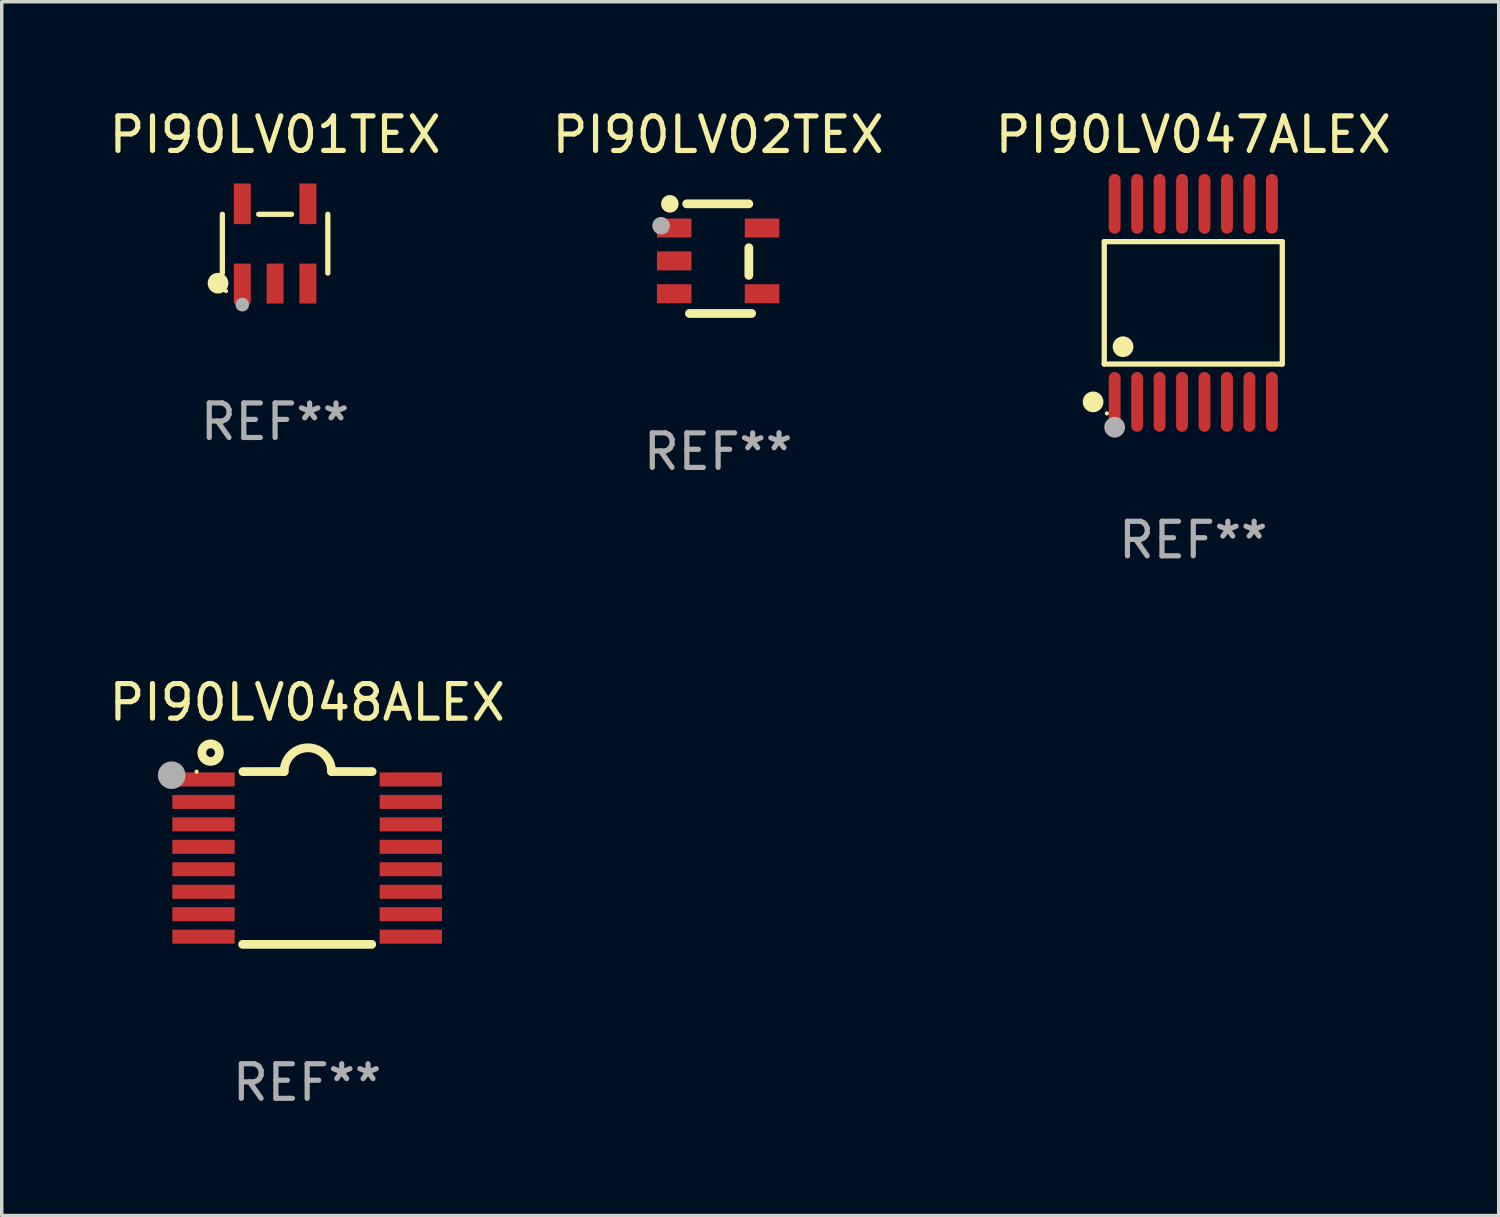
<source format=kicad_pcb>
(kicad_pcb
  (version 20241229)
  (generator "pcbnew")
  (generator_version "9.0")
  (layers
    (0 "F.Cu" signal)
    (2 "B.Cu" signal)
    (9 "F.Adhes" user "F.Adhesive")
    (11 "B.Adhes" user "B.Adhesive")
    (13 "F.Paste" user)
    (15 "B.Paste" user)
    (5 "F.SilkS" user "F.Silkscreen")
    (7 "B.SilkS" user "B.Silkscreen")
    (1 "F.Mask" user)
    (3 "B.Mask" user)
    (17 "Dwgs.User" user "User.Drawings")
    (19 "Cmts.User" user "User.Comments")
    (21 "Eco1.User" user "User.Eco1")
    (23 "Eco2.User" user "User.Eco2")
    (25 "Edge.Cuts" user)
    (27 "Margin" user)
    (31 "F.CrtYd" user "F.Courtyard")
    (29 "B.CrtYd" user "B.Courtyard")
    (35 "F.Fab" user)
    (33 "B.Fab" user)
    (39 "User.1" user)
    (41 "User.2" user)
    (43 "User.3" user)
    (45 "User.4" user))
  (footprint "PI90LV048ALEX"
    (layer "F.Cu")
    (at 5.839 21.778)
    (property "Reference" "PI90LV048ALEX" (at 0 -4.501 0) (layer "F.SilkS") (effects (font (size 1 1) (thickness 0.15))))
    (attr through_hole)
    (fp_line (start -1.868 2.501) (end 1.868 2.501) (stroke (width 0.254) (type solid)) (layer "F.SilkS"))
    (fp_line (start -1.86 -2.499) (end -0.666 -2.501) (stroke (width 0.254) (type solid)) (layer "F.SilkS"))
    (fp_line (start 0.706 -2.501) (end 1.88 -2.499) (stroke (width 0.254) (type solid)) (layer "F.SilkS"))
    (fp_arc (start -0.665914 -2.501448) (mid 0.019888 -3.18725) (end 0.70569 -2.501448) (stroke (width 0.254001) (type solid)) (layer "F.SilkS"))
    (fp_circle (center -3.2 -2.497) (end -3.17 -2.497) (stroke (width 0.06) (type solid)) (fill no) (layer "F.SilkS"))
    (fp_circle (center -2.794 -3.047) (end -2.54 -3.047) (stroke (width 0.254) (type solid)) (fill no) (layer "F.SilkS"))
    (fp_circle (center -3.921 -2.395) (end -3.721 -2.395) (stroke (width 0.4) (type solid)) (fill no) (layer "F.Fab"))
    (fp_text user "REF**" (at 0 6.501 0) (layer "F.Fab") (effects (font (size 1 1) (thickness 0.15))))
    (pad "1" smd rect (at -3 -2.272) (size 1.803 0.406) (layers "F.Cu" "F.Mask" "F.Paste"))
    (pad "2" smd rect (at -3 -1.622) (size 1.803 0.406) (layers "F.Cu" "F.Mask" "F.Paste"))
    (pad "3" smd rect (at -3 -0.972) (size 1.803 0.406) (layers "F.Cu" "F.Mask" "F.Paste"))
    (pad "4" smd rect (at -3 -0.322) (size 1.803 0.406) (layers "F.Cu" "F.Mask" "F.Paste"))
    (pad "5" smd rect (at -3 0.328) (size 1.803 0.406) (layers "F.Cu" "F.Mask" "F.Paste"))
    (pad "6" smd rect (at -3 0.978) (size 1.803 0.406) (layers "F.Cu" "F.Mask" "F.Paste"))
    (pad "7" smd rect (at -3 1.628) (size 1.803 0.406) (layers "F.Cu" "F.Mask" "F.Paste"))
    (pad "8" smd rect (at -3 2.278) (size 1.803 0.406) (layers "F.Cu" "F.Mask" "F.Paste"))
    (pad "9" smd rect (at 3 2.278) (size 1.803 0.406) (layers "F.Cu" "F.Mask" "F.Paste"))
    (pad "10" smd rect (at 3 1.628) (size 1.803 0.406) (layers "F.Cu" "F.Mask" "F.Paste"))
    (pad "11" smd rect (at 3 0.978) (size 1.803 0.406) (layers "F.Cu" "F.Mask" "F.Paste"))
    (pad "12" smd rect (at 3 0.328) (size 1.803 0.406) (layers "F.Cu" "F.Mask" "F.Paste"))
    (pad "13" smd rect (at 3 -0.322) (size 1.803 0.406) (layers "F.Cu" "F.Mask" "F.Paste"))
    (pad "14" smd rect (at 3 -0.972) (size 1.803 0.406) (layers "F.Cu" "F.Mask" "F.Paste"))
    (pad "15" smd rect (at 3 -1.622) (size 1.803 0.406) (layers "F.Cu" "F.Mask" "F.Paste"))
    (pad "16" smd rect (at 3 -2.272) (size 1.803 0.406) (layers "F.Cu" "F.Mask" "F.Paste")))
  (footprint "PI90LV047ALEX"
    (layer "F.Cu")
    (at 31.482 5.714)
    (property "Reference" "PI90LV047ALEX" (at 0 -4.866 0) (layer "F.SilkS") (effects (font (size 1 1) (thickness 0.15))))
    (attr through_hole)
    (fp_line (start -2.576 -1.772) (end 2.576 -1.772) (stroke (width 0.152) (type solid)) (layer "F.SilkS"))
    (fp_line (start -2.576 1.771) (end -2.576 -1.772) (stroke (width 0.152) (type solid)) (layer "F.SilkS"))
    (fp_line (start 2.576 -1.772) (end 2.576 1.771) (stroke (width 0.152) (type solid)) (layer "F.SilkS"))
    (fp_line (start 2.576 1.771) (end -2.576 1.771) (stroke (width 0.152) (type solid)) (layer "F.SilkS"))
    (fp_circle (center -2.899 2.866) (end -2.749 2.866) (stroke (width 0.3) (type solid)) (fill no) (layer "F.SilkS"))
    (fp_circle (center -2.5 3.2) (end -2.47 3.2) (stroke (width 0.06) (type solid)) (fill no) (layer "F.SilkS"))
    (fp_circle (center -2.032 1.27) (end -1.882 1.27) (stroke (width 0.3) (type solid)) (fill no) (layer "F.SilkS"))
    (fp_circle (center -2.275 3.6) (end -2.125 3.6) (stroke (width 0.3) (type solid)) (fill no) (layer "F.Fab"))
    (fp_text user "REF**" (at 0 6.866 0) (layer "F.Fab") (effects (font (size 1 1) (thickness 0.15))))
    (pad "1" smd oval (at -2.275 2.866) (size 0.343 1.731) (layers "F.Cu" "F.Mask" "F.Paste"))
    (pad "2" smd oval (at -1.625 2.866) (size 0.343 1.731) (layers "F.Cu" "F.Mask" "F.Paste"))
    (pad "3" smd oval (at -0.975 2.866) (size 0.343 1.731) (layers "F.Cu" "F.Mask" "F.Paste"))
    (pad "4" smd oval (at -0.325 2.866) (size 0.343 1.731) (layers "F.Cu" "F.Mask" "F.Paste"))
    (pad "5" smd oval (at 0.325 2.866) (size 0.343 1.731) (layers "F.Cu" "F.Mask" "F.Paste"))
    (pad "6" smd oval (at 0.975 2.866) (size 0.343 1.731) (layers "F.Cu" "F.Mask" "F.Paste"))
    (pad "7" smd oval (at 1.625 2.866) (size 0.343 1.731) (layers "F.Cu" "F.Mask" "F.Paste"))
    (pad "8" smd oval (at 2.275 2.866) (size 0.343 1.731) (layers "F.Cu" "F.Mask" "F.Paste"))
    (pad "9" smd oval (at 2.275 -2.866) (size 0.343 1.731) (layers "F.Cu" "F.Mask" "F.Paste"))
    (pad "10" smd oval (at 1.625 -2.866) (size 0.343 1.731) (layers "F.Cu" "F.Mask" "F.Paste"))
    (pad "11" smd oval (at 0.975 -2.866) (size 0.343 1.731) (layers "F.Cu" "F.Mask" "F.Paste"))
    (pad "12" smd oval (at 0.325 -2.866) (size 0.343 1.731) (layers "F.Cu" "F.Mask" "F.Paste"))
    (pad "13" smd oval (at -0.325 -2.866) (size 0.343 1.731) (layers "F.Cu" "F.Mask" "F.Paste"))
    (pad "14" smd oval (at -0.975 -2.866) (size 0.343 1.731) (layers "F.Cu" "F.Mask" "F.Paste"))
    (pad "15" smd oval (at -1.625 -2.866) (size 0.343 1.731) (layers "F.Cu" "F.Mask" "F.Paste"))
    (pad "16" smd oval (at -2.275 -2.866) (size 0.343 1.731) (layers "F.Cu" "F.Mask" "F.Paste")))
  (footprint "PI90LV01TEX"
    (layer "F.Cu")
    (at 4.911 4.002)
    (property "Reference" "PI90LV01TEX" (at 0 -3.154 0) (layer "F.SilkS") (effects (font (size 1 1) (thickness 0.15))))
    (attr through_hole)
    (fp_line (start -1.526 0.851) (end -1.526 -0.851) (stroke (width 0.152) (type solid)) (layer "F.SilkS"))
    (fp_line (start 0.476 -0.851) (end -0.476 -0.851) (stroke (width 0.152) (type solid)) (layer "F.SilkS"))
    (fp_line (start 1.526 0.851) (end 1.526 -0.851) (stroke (width 0.152) (type solid)) (layer "F.SilkS"))
    (fp_circle (center -1.651 1.143) (end -1.501 1.143) (stroke (width 0.3) (type solid)) (fill no) (layer "F.SilkS"))
    (fp_circle (center -1.42 1.37) (end -1.39 1.37) (stroke (width 0.06) (type solid)) (fill no) (layer "F.SilkS"))
    (fp_circle (center -0.95 1.763) (end -0.85 1.763) (stroke (width 0.2) (type solid)) (fill no) (layer "F.Fab"))
    (fp_text user "REF**" (at 0 5.154 0) (layer "F.Fab") (effects (font (size 1 1) (thickness 0.15))))
    (pad "1" smd rect (at -0.95 1.154) (size 0.49 1.157) (layers "F.Cu" "F.Mask" "F.Paste"))
    (pad "2" smd rect (at 0 1.154) (size 0.49 1.157) (layers "F.Cu" "F.Mask" "F.Paste"))
    (pad "3" smd rect (at 0.95 1.154) (size 0.49 1.157) (layers "F.Cu" "F.Mask" "F.Paste"))
    (pad "4" smd rect (at 0.95 -1.154) (size 0.49 1.175) (layers "F.Cu" "F.Mask" "F.Paste"))
    (pad "5" smd rect (at -0.95 -1.154) (size 0.49 1.175) (layers "F.Cu" "F.Mask" "F.Paste")))
  (footprint "PI90LV02TEX"
    (layer "F.Cu")
    (at 17.732 4.435)
    (property "Reference" "PI90LV02TEX" (at 0 -3.586 0) (layer "F.SilkS") (effects (font (size 1 1) (thickness 0.15))))
    (attr through_hole)
    (fp_line (start 0.889 -1.586) (end -0.911 -1.586) (stroke (width 0.254) (type solid)) (layer "F.SilkS"))
    (fp_line (start 0.889 -0.316) (end 0.889 0.484) (stroke (width 0.254) (type solid)) (layer "F.SilkS"))
    (fp_line (start 0.97 1.586) (end -0.83 1.586) (stroke (width 0.254) (type solid)) (layer "F.SilkS"))
    (fp_circle (center -1.397 -1.586) (end -1.27 -1.586) (stroke (width 0.254) (type solid)) (fill no) (layer "F.SilkS"))
    (fp_circle (center -1.317 -1.469) (end -1.287 -1.469) (stroke (width 0.06) (type solid)) (fill no) (layer "F.SilkS"))
    (fp_circle (center -1.651 -0.952) (end -1.524 -0.952) (stroke (width 0.254) (type solid)) (fill no) (layer "F.Fab"))
    (fp_text user "REF**" (at 0 5.586 0) (layer "F.Fab") (effects (font (size 1 1) (thickness 0.15))))
    (pad "1" smd rect (at -1.271 -0.886 270) (size 0.55 1) (layers "F.Cu" "F.Mask" "F.Paste"))
    (pad "2" smd rect (at -1.271 0.065 270) (size 0.55 1) (layers "F.Cu" "F.Mask" "F.Paste"))
    (pad "3" smd rect (at -1.271 1.015 270) (size 0.55 1) (layers "F.Cu" "F.Mask" "F.Paste"))
    (pad "4" smd rect (at 1.271 1.015 270) (size 0.55 1) (layers "F.Cu" "F.Mask" "F.Paste"))
    (pad "5" smd rect (at 1.271 -0.886 270) (size 0.55 1) (layers "F.Cu" "F.Mask" "F.Paste")))
  (gr_rect
    (start -3 -3)
    (end 40.321 32.127)
    (stroke (width 0.1) (type default))
    (fill no)
    (layer "Edge.Cuts")))
</source>
